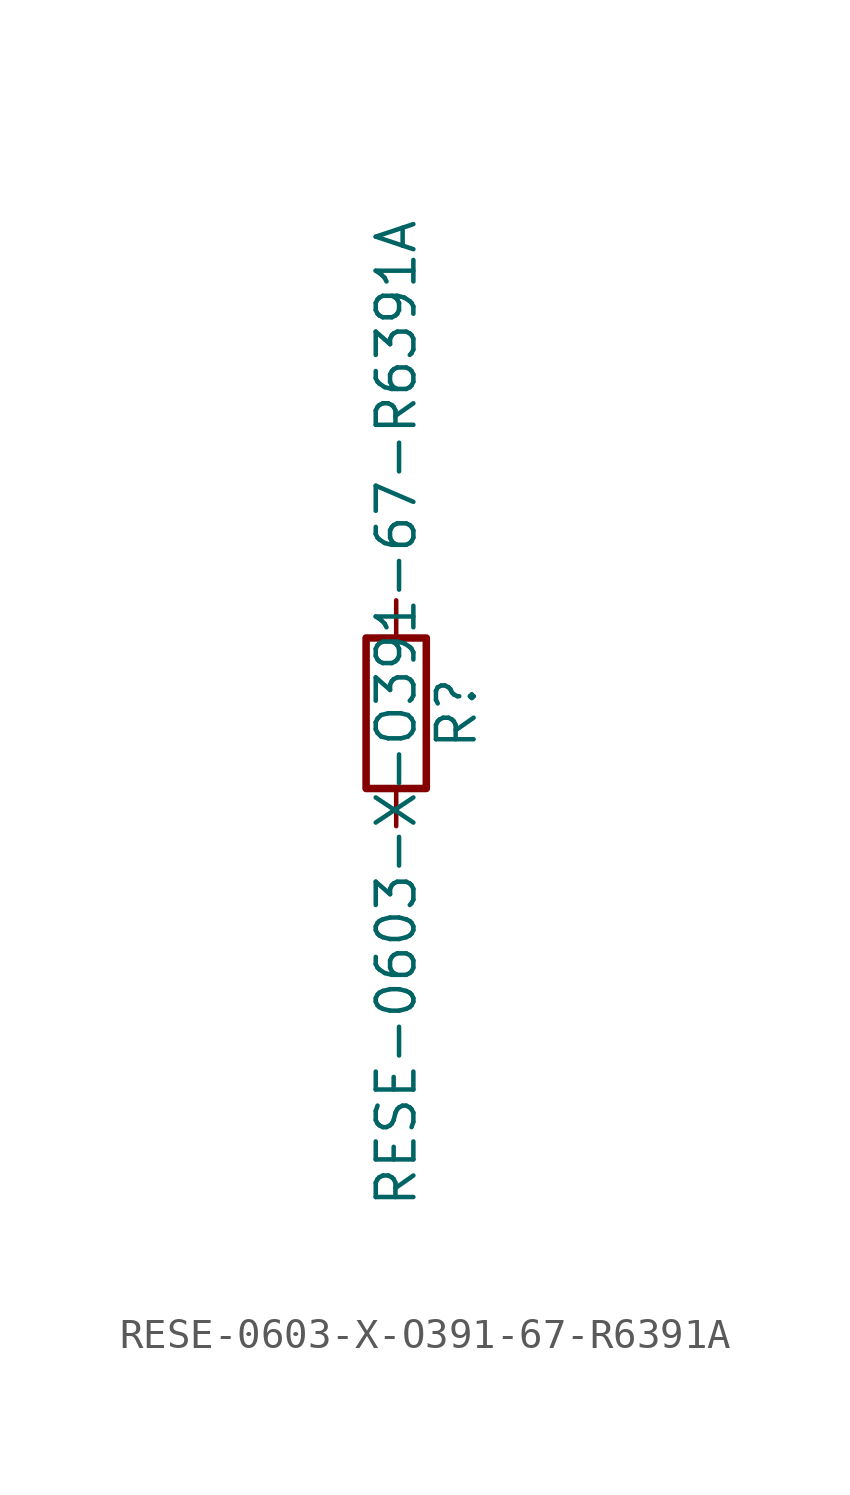
<source format=kicad_sym>
(kicad_symbol_lib
  (version 20211014)
  (generator kicad_symbol_editor)
  (symbol "RESE-0603-X-O391-67-R6391A"
    (pin_numbers hide)
    (pin_names
      (offset 0))
    (property "Reference" "R"
      (at 2.032 0 90)
      (effects (font (size 1.27 1.27))))
    (property "Value" "RESE-0603-X-O391-67-R6391A"
      (at 0 0 90)
      (effects (font (size 1.27 1.27))))
    (symbol "RESE-0603-X-O391-67-R6391A_0_1"
      (rectangle (start -1.016 -2.54) (end 1.016 2.54) (stroke (width 0.254) (type default) (color 0 0 0 0)) (fill (type none))))
    (symbol "RESE-0603-X-O391-67-R6391A_1_1"
      (pin passive line (at 0 3.81 270) (length 1.27) (name "~" (effects (font (size 1.27 1.27)))) (number "1" (effects (font (size 1.27 1.27)))))
      (pin passive line (at 0 -3.81 90) (length 1.27) (name "~" (effects (font (size 1.27 1.27)))) (number "2" (effects (font (size 1.27 1.27))))))))
</source>
